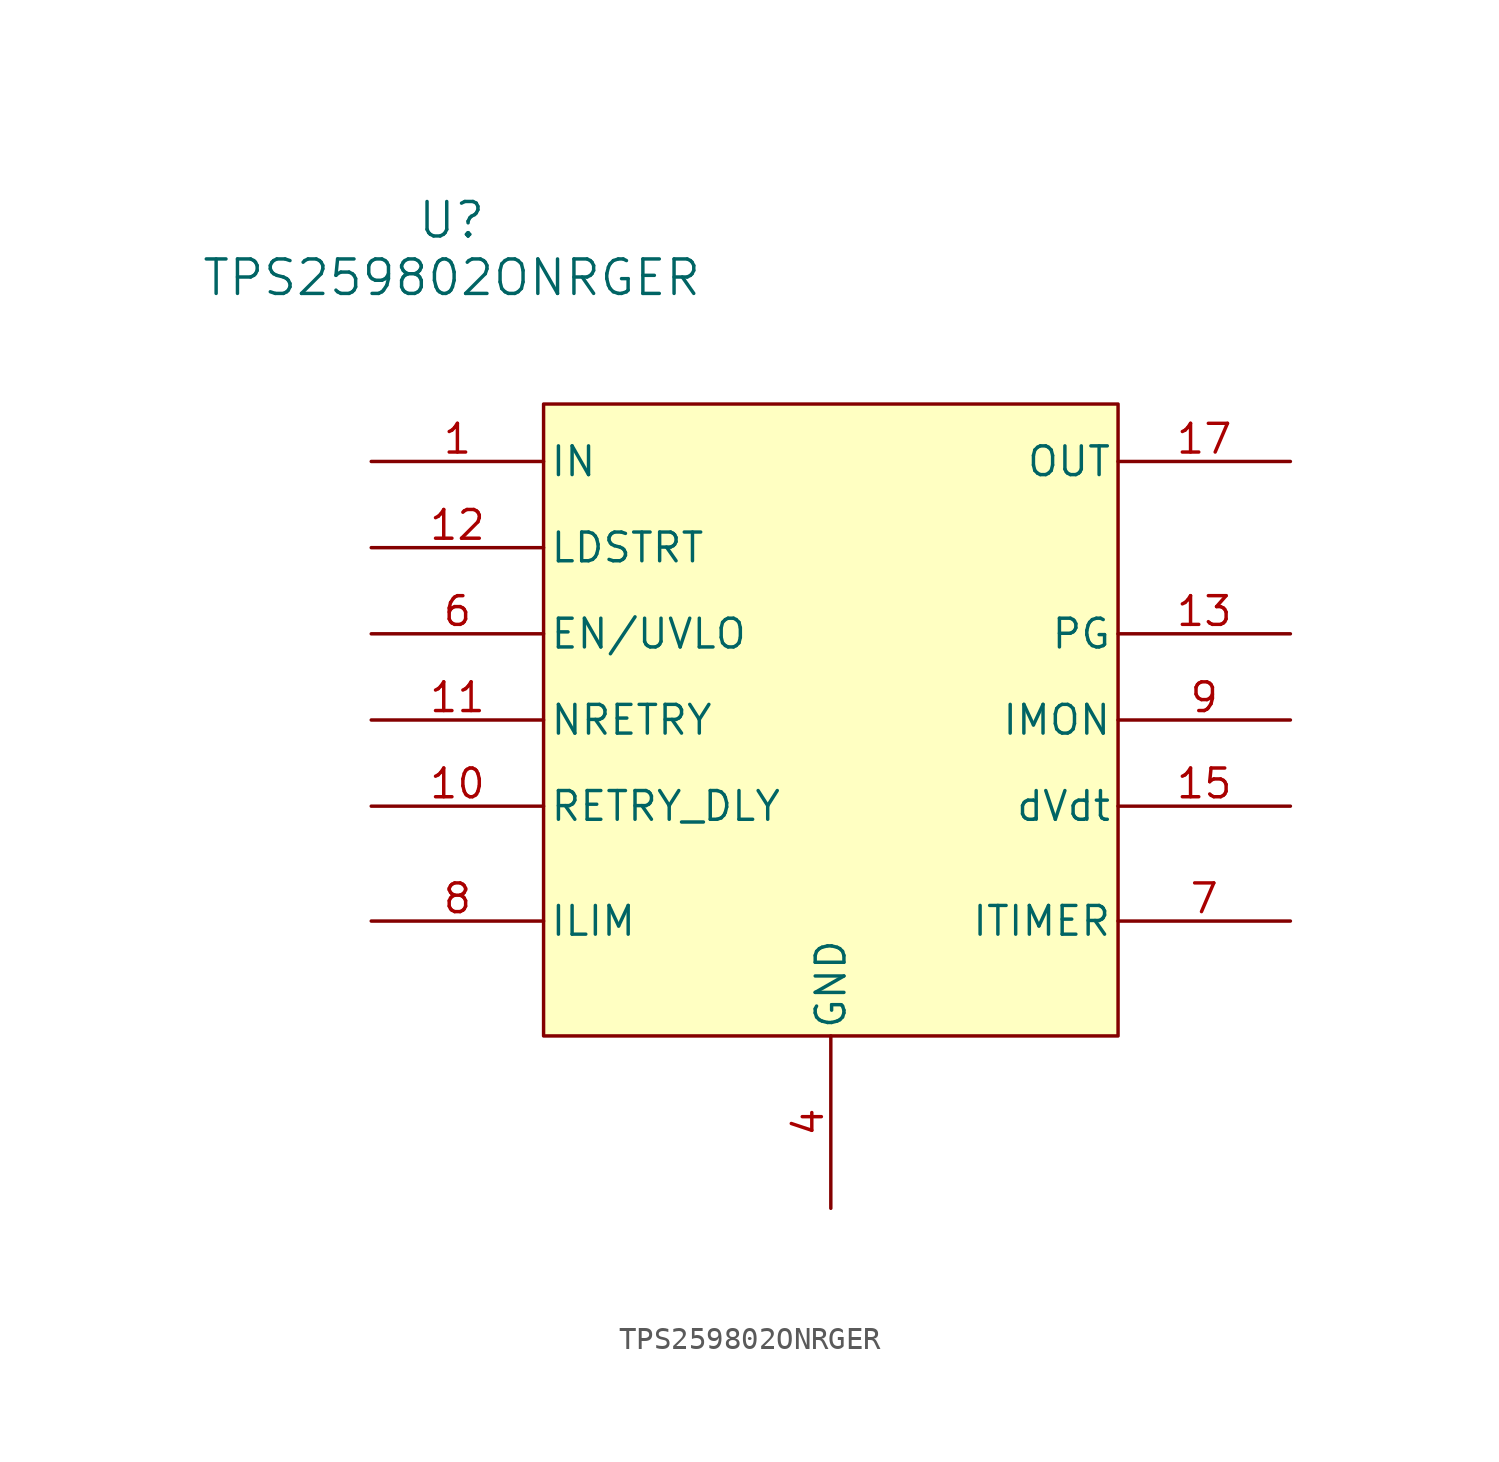
<source format=kicad_sym>
(kicad_symbol_lib
  (version 20231120)
  (generator "kicad_symbol_editor")
  (generator_version "8.0")
  (symbol "TPS259802ONRGER"
    (pin_names
      (offset 0.254))
    (property "Reference" "U"
      (at 3.556 15.748 0)
      (effects (font (size 1.524 1.524))))
    (property "Value" "TPS259802ONRGER"
      (at 3.556 13.208 0)
      (effects (font (size 1.524 1.524))))
    (symbol "TPS259802ONRGER_1_1"
      (rectangle (start 7.62 7.62) (end 33.02 -20.32) (stroke (width 0) (type default)) (fill (type background)))
      (pin power_in line (at 0 5.08 0) (length 7.62) (name "IN" (effects (font (size 1.27 1.27)))) (number "1" (effects (font (size 1.27 1.27)))))
      (pin output line (at 0 -10.16 0) (length 7.62) (name "RETRY_DLY" (effects (font (size 1.27 1.27)))) (number "10" (effects (font (size 1.27 1.27)))))
      (pin output line (at 0 -6.35 0) (length 7.62) (name "NRETRY" (effects (font (size 1.27 1.27)))) (number "11" (effects (font (size 1.27 1.27)))))
      (pin input line (at 0 1.27 0) (length 7.62) (name "LDSTRT" (effects (font (size 1.27 1.27)))) (number "12" (effects (font (size 1.27 1.27)))))
      (pin output line (at 40.64 -2.54 180) (length 7.62) (name "PG" (effects (font (size 1.27 1.27)))) (number "13" (effects (font (size 1.27 1.27)))))
      (pin passive line (at 20.32 -27.94 90) (length 7.62) hide (name "GND" (effects (font (size 1.27 1.27)))) (number "14" (effects (font (size 1.27 1.27)))))
      (pin output line (at 40.64 -10.16 180) (length 7.62) (name "dVdt" (effects (font (size 1.27 1.27)))) (number "15" (effects (font (size 1.27 1.27)))))
      (pin passive line (at 0 5.08 0) (length 7.62) hide (name "IN" (effects (font (size 1.27 1.27)))) (number "16" (effects (font (size 1.27 1.27)))))
      (pin power_out line (at 40.64 5.08 180) (length 7.62) (name "OUT" (effects (font (size 1.27 1.27)))) (number "17" (effects (font (size 1.27 1.27)))))
      (pin passive line (at 40.64 5.08 180) (length 7.62) hide (name "OUT" (effects (font (size 1.27 1.27)))) (number "18" (effects (font (size 1.27 1.27)))))
      (pin passive line (at 40.64 5.08 180) (length 7.62) hide (name "OUT" (effects (font (size 1.27 1.27)))) (number "19" (effects (font (size 1.27 1.27)))))
      (pin passive line (at 0 5.08 0) (length 7.62) hide (name "IN" (effects (font (size 1.27 1.27)))) (number "2" (effects (font (size 1.27 1.27)))))
      (pin passive line (at 40.64 5.08 180) (length 7.62) hide (name "OUT" (effects (font (size 1.27 1.27)))) (number "20" (effects (font (size 1.27 1.27)))))
      (pin passive line (at 40.64 5.08 180) (length 7.62) hide (name "OUT" (effects (font (size 1.27 1.27)))) (number "21" (effects (font (size 1.27 1.27)))))
      (pin passive line (at 40.64 5.08 180) (length 7.62) hide (name "OUT" (effects (font (size 1.27 1.27)))) (number "22" (effects (font (size 1.27 1.27)))))
      (pin passive line (at 40.64 5.08 180) (length 7.62) hide (name "OUT" (effects (font (size 1.27 1.27)))) (number "23" (effects (font (size 1.27 1.27)))))
      (pin passive line (at 40.64 5.08 180) (length 7.62) hide (name "OUT" (effects (font (size 1.27 1.27)))) (number "24" (effects (font (size 1.27 1.27)))))
      (pin passive line (at 0 5.08 0) (length 7.62) hide (name "IN" (effects (font (size 1.27 1.27)))) (number "25" (effects (font (size 1.27 1.27)))))
      (pin passive line (at 20.32 -27.94 90) (length 7.62) hide (name "GND" (effects (font (size 1.27 1.27)))) (number "26" (effects (font (size 1.27 1.27)))))
      (pin passive line (at 0 5.08 0) (length 7.62) hide (name "IN" (effects (font (size 1.27 1.27)))) (number "3" (effects (font (size 1.27 1.27)))))
      (pin power_in line (at 20.32 -27.94 90) (length 7.62) (name "GND" (effects (font (size 1.27 1.27)))) (number "4" (effects (font (size 1.27 1.27)))))
      (pin passive line (at 20.32 -27.94 90) (length 7.62) hide (name "GND" (effects (font (size 1.27 1.27)))) (number "5" (effects (font (size 1.27 1.27)))))
      (pin input line (at 0 -2.54 0) (length 7.62) (name "EN/UVLO" (effects (font (size 1.27 1.27)))) (number "6" (effects (font (size 1.27 1.27)))))
      (pin output line (at 40.64 -15.24 180) (length 7.62) (name "ITIMER" (effects (font (size 1.27 1.27)))) (number "7" (effects (font (size 1.27 1.27)))))
      (pin output line (at 0 -15.24 0) (length 7.62) (name "ILIM" (effects (font (size 1.27 1.27)))) (number "8" (effects (font (size 1.27 1.27)))))
      (pin output line (at 40.64 -6.35 180) (length 7.62) (name "IMON" (effects (font (size 1.27 1.27)))) (number "9" (effects (font (size 1.27 1.27))))))))
</source>
